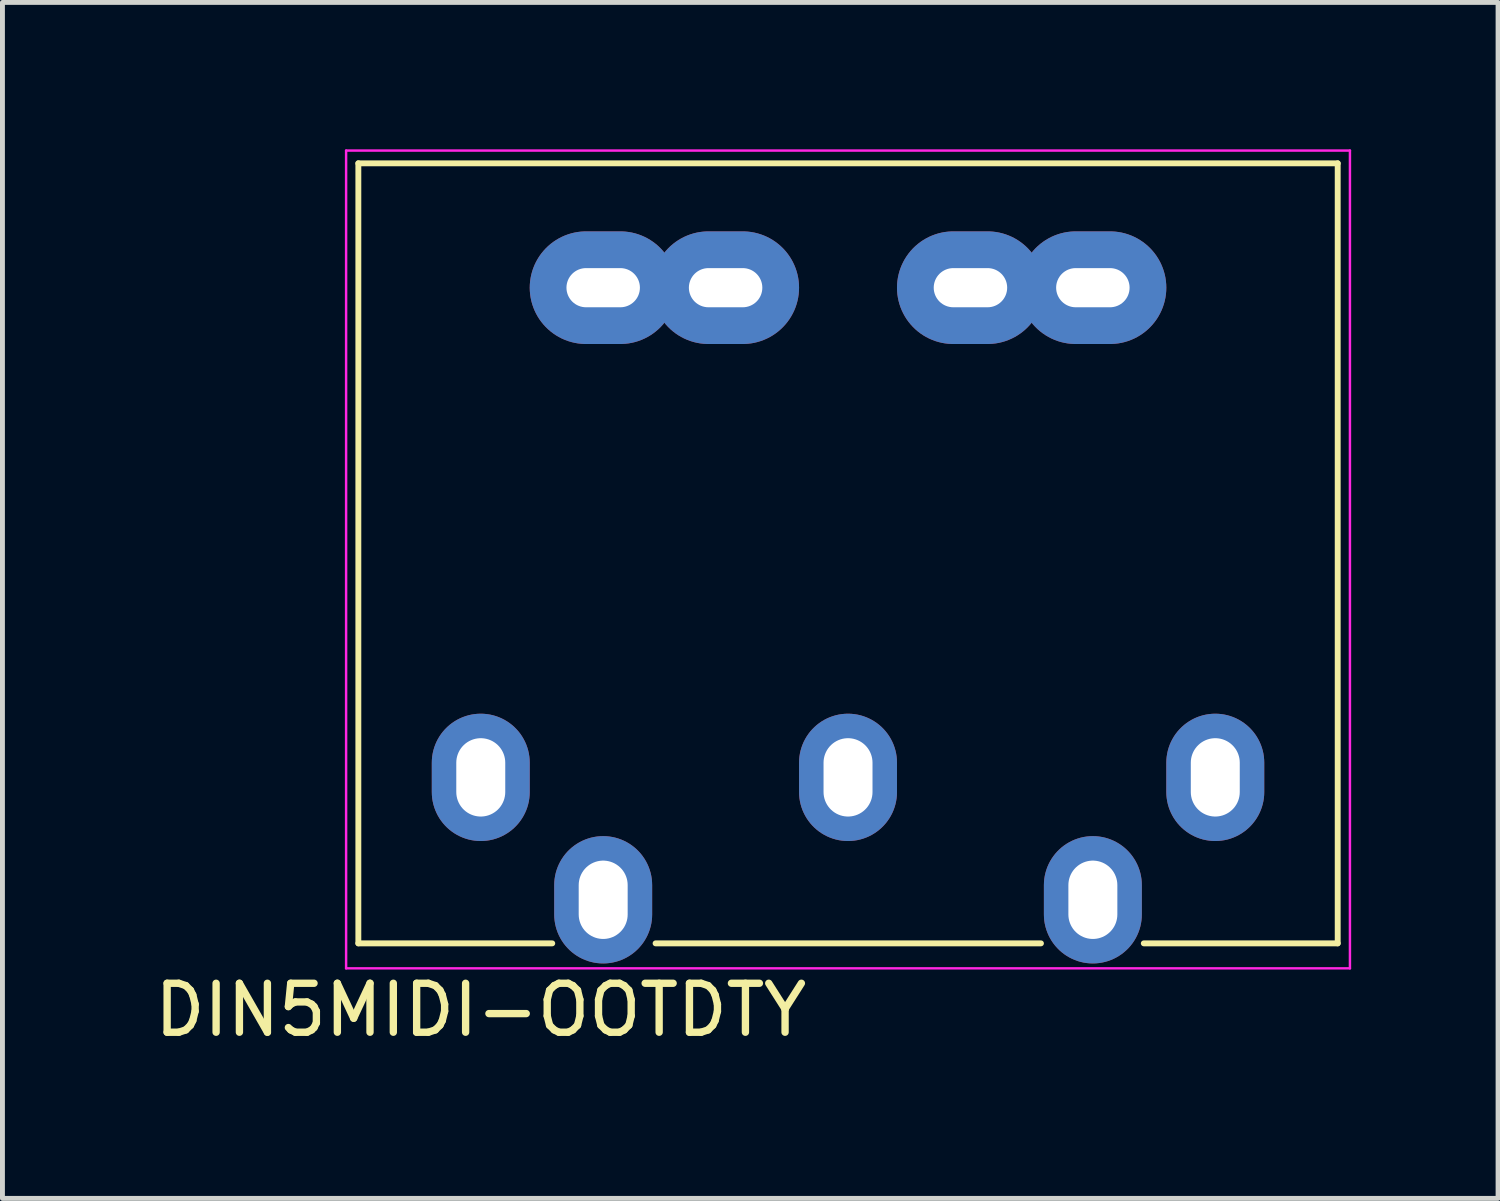
<source format=kicad_pcb>
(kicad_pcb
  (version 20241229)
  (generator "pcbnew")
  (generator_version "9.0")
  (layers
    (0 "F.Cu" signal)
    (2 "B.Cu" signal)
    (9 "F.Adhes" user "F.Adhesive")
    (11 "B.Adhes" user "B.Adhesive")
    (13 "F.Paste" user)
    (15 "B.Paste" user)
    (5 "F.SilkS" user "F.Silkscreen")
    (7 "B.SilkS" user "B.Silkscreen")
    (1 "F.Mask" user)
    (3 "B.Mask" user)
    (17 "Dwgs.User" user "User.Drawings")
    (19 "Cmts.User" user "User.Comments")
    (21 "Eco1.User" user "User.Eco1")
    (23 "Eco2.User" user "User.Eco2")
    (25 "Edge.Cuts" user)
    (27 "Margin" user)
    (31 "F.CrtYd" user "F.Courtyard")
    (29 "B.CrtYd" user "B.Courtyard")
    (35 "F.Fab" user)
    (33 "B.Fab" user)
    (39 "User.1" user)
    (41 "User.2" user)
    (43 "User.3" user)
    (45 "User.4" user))
  (footprint "DIN5MIDI-OOTDTY"
    (layer "F.Cu")
    (at 6.768 12.825)
    (property "Reference" "DIN5MIDI-OOTDTY" (at 0 4.75 0) (layer "F.SilkS") (effects (font (size 1 1) (thickness 0.15))))
    (attr through_hole)
    (fp_line (start -2.5 3.39) (end -2.5 -12.54) (stroke (width 0.12) (type solid)) (layer "F.SilkS"))
    (fp_line (start 1.46 3.39) (end -2.5 3.39) (stroke (width 0.12) (type solid)) (layer "F.SilkS"))
    (fp_line (start 11.44 3.39) (end 3.57 3.39) (stroke (width 0.12) (type solid)) (layer "F.SilkS"))
    (fp_line (start 17.5 -12.54) (end -2.5 -12.54) (stroke (width 0.12) (type solid)) (layer "F.SilkS"))
    (fp_line (start 17.5 3.39) (end 13.54 3.39) (stroke (width 0.12) (type solid)) (layer "F.SilkS"))
    (fp_line (start 17.5 3.39) (end 17.5 -12.54) (stroke (width 0.12) (type solid)) (layer "F.SilkS"))
    (fp_line (start -2.75 -12.8) (end -2.75 3.9) (stroke (width 0.05) (type solid)) (layer "F.CrtYd"))
    (fp_line (start 17.75 -12.8) (end -2.75 -12.8) (stroke (width 0.05) (type solid)) (layer "F.CrtYd"))
    (fp_line (start 17.75 3.9) (end -2.75 3.9) (stroke (width 0.05) (type solid)) (layer "F.CrtYd"))
    (fp_line (start 17.75 3.9) (end 17.75 -12.8) (stroke (width 0.05) (type solid)) (layer "F.CrtYd"))
    (pad "" thru_hole oval (at 2.5 -10) (size 3 2.3) (drill oval 1.5 0.8) (layers "*.Cu" "*.Mask"))
    (pad "" thru_hole oval (at 5 -10) (size 3 2.3) (drill oval 1.5 0.8) (layers "*.Cu" "*.Mask"))
    (pad "" thru_hole oval (at 10 -10) (size 3 2.3) (drill oval 1.5 0.8) (layers "*.Cu" "*.Mask"))
    (pad "" thru_hole oval (at 12.5 -10) (size 3 2.3) (drill oval 1.5 0.8) (layers "*.Cu" "*.Mask"))
    (pad "1" thru_hole oval (at 0 0) (size 2 2.6) (drill oval 1 1.6) (layers "*.Cu" "*.Mask"))
    (pad "2" thru_hole oval (at 7.5 0) (size 2 2.6) (drill oval 1 1.6) (layers "*.Cu" "*.Mask"))
    (pad "3" thru_hole oval (at 15 0) (size 2 2.6) (drill oval 1 1.6) (layers "*.Cu" "*.Mask"))
    (pad "4" thru_hole oval (at 2.5 2.5) (size 2 2.6) (drill oval 1 1.6) (layers "*.Cu" "*.Mask"))
    (pad "5" thru_hole oval (at 12.5 2.5) (size 2 2.6) (drill oval 1 1.6) (layers "*.Cu" "*.Mask")))
  (gr_rect
    (start -3 -3)
    (end 27.543 21.423)
    (stroke (width 0.1) (type default))
    (fill no)
    (layer "Edge.Cuts")))
</source>
